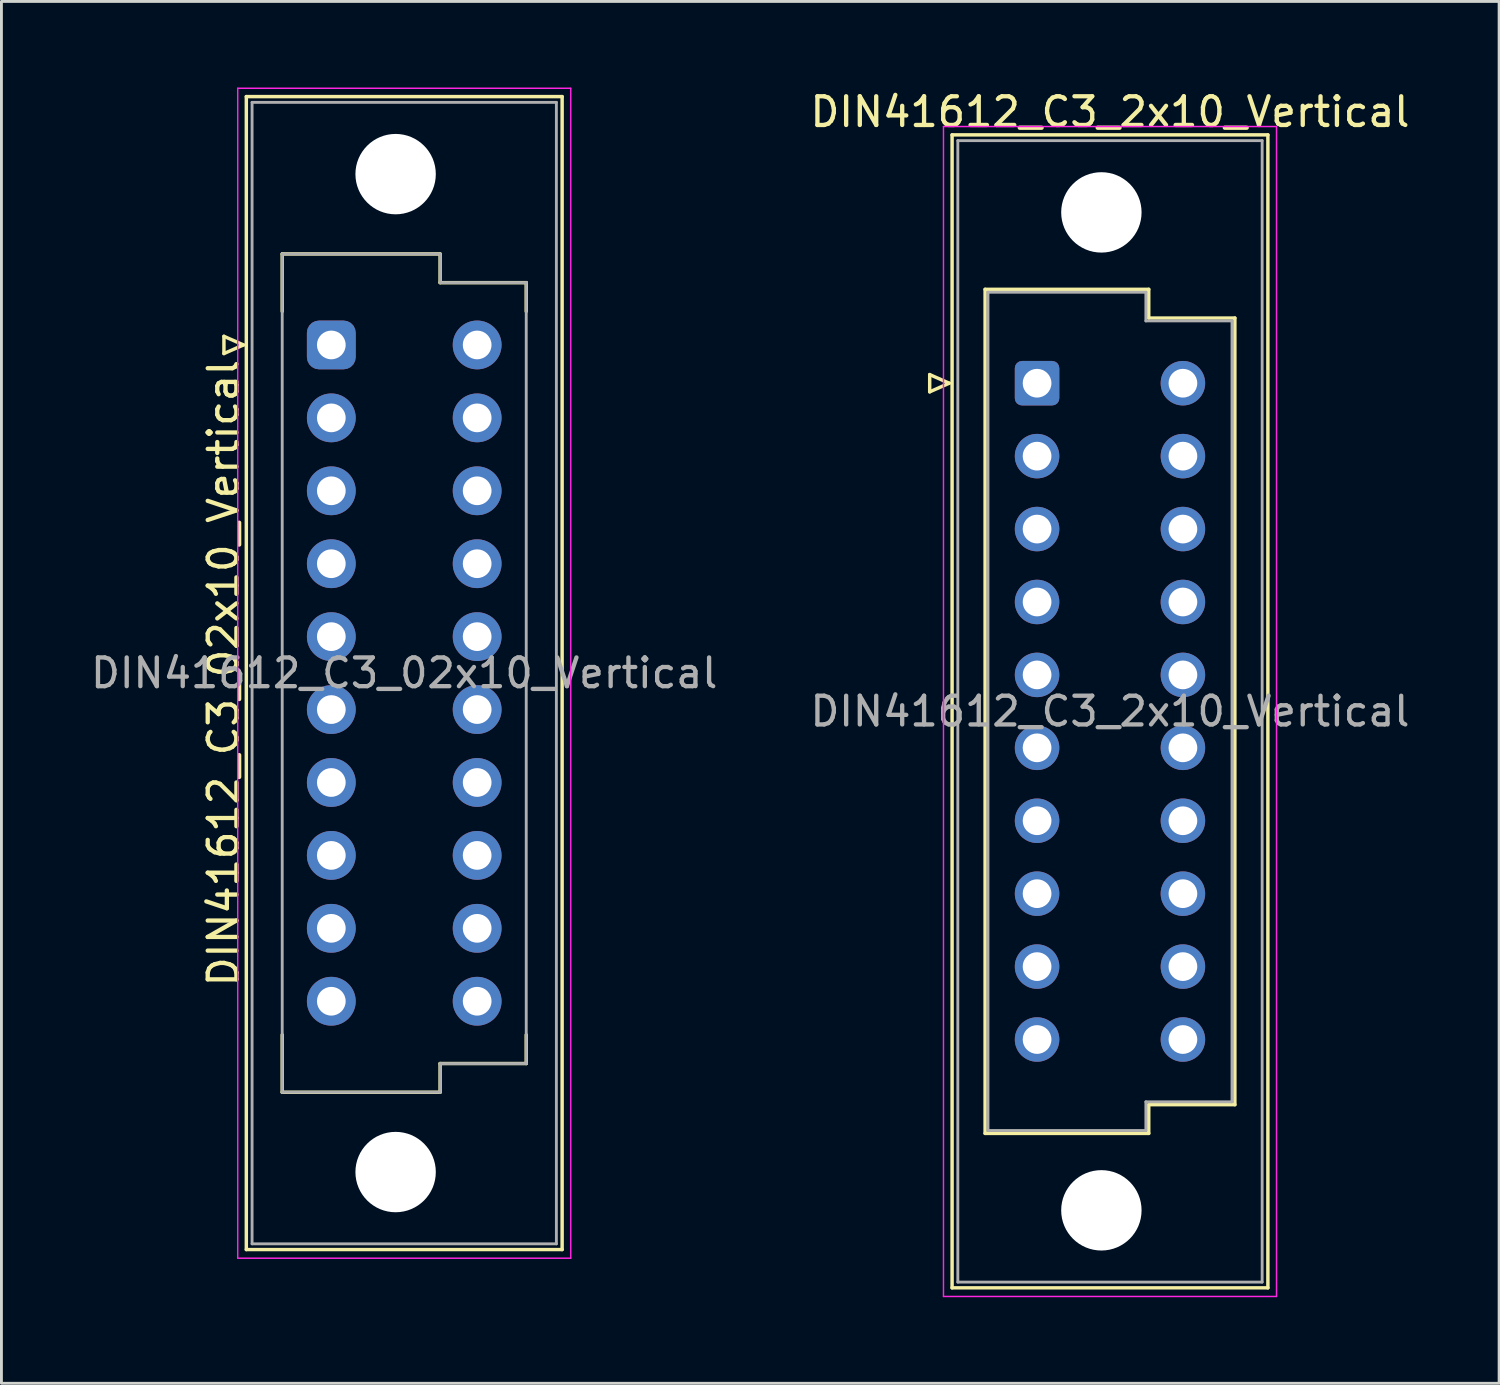
<source format=kicad_pcb>
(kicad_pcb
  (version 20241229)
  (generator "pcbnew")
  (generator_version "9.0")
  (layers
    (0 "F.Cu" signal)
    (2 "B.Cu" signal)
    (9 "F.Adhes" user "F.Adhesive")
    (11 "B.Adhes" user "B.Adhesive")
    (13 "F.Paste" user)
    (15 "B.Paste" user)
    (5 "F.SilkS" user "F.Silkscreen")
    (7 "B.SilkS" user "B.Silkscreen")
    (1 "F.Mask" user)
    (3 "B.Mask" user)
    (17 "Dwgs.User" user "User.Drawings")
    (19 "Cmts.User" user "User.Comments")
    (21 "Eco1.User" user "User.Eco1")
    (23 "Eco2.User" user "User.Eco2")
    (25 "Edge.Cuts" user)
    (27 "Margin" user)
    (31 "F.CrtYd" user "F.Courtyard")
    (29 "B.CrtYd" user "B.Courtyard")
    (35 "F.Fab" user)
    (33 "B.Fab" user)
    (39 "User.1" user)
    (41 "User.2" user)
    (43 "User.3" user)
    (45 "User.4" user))
  (footprint "DIN41612_C3_02x10_Vertical"
    (layer "F.Cu")
    (at 8.49 8.965)
    (property "Reference" "DIN41612_C3_02x10_Vertical" (at -3.76 11.43 90) (layer "F.SilkS") (effects (font (size 1 1) (thickness 0.15))))
    (attr through_hole)
    (fp_line (start -3.74 -0.3) (end -3.74 0.3) (stroke (width 0.12) (type solid)) (layer "F.SilkS"))
    (fp_line (start -3.74 0.3) (end -3.06 0) (stroke (width 0.12) (type solid)) (layer "F.SilkS"))
    (fp_line (start -3.06 0) (end -3.74 -0.3) (stroke (width 0.12) (type solid)) (layer "F.SilkS"))
    (fp_line (start -2.96 -8.65) (end 8.04 -8.65) (stroke (width 0.12) (type solid)) (layer "F.SilkS"))
    (fp_line (start -2.96 31.51) (end -2.96 -8.65) (stroke (width 0.12) (type solid)) (layer "F.SilkS"))
    (fp_line (start -1.71 -3.17) (end 3.79 -3.17) (stroke (width 0.12) (type solid)) (layer "F.SilkS"))
    (fp_line (start -1.71 -1.17) (end -1.71 -3.17) (stroke (width 0.12) (type solid)) (layer "F.SilkS"))
    (fp_line (start -1.71 24.03) (end -1.71 26.03) (stroke (width 0.12) (type solid)) (layer "F.SilkS"))
    (fp_line (start -1.71 26.03) (end 3.79 26.03) (stroke (width 0.12) (type solid)) (layer "F.SilkS"))
    (fp_line (start 3.79 -3.17) (end 3.79 -2.17) (stroke (width 0.12) (type solid)) (layer "F.SilkS"))
    (fp_line (start 3.79 -2.17) (end 6.79 -2.17) (stroke (width 0.12) (type solid)) (layer "F.SilkS"))
    (fp_line (start 3.79 25.03) (end 6.79 25.03) (stroke (width 0.12) (type solid)) (layer "F.SilkS"))
    (fp_line (start 3.79 26.03) (end 3.79 25.03) (stroke (width 0.12) (type solid)) (layer "F.SilkS"))
    (fp_line (start 6.79 -2.17) (end 6.79 -1.17) (stroke (width 0.12) (type solid)) (layer "F.SilkS"))
    (fp_line (start 6.79 25.03) (end 6.79 24.03) (stroke (width 0.12) (type solid)) (layer "F.SilkS"))
    (fp_line (start 8.04 -8.65) (end 8.04 31.51) (stroke (width 0.12) (type solid)) (layer "F.SilkS"))
    (fp_line (start 8.04 31.51) (end -2.96 31.51) (stroke (width 0.12) (type solid)) (layer "F.SilkS"))
    (fp_line (start -3.26 -8.94) (end 8.34 -8.94) (stroke (width 0.05) (type solid)) (layer "F.CrtYd"))
    (fp_line (start -3.26 31.81) (end -3.26 -8.94) (stroke (width 0.05) (type solid)) (layer "F.CrtYd"))
    (fp_line (start 8.34 -8.94) (end 8.34 31.81) (stroke (width 0.05) (type solid)) (layer "F.CrtYd"))
    (fp_line (start 8.34 31.81) (end -3.26 31.81) (stroke (width 0.05) (type solid)) (layer "F.CrtYd"))
    (fp_line (start -2.76 -8.45) (end 7.84 -8.45) (stroke (width 0.1) (type solid)) (layer "F.Fab"))
    (fp_line (start -2.76 31.31) (end -2.76 -8.45) (stroke (width 0.1) (type solid)) (layer "F.Fab"))
    (fp_line (start -1.71 -3.17) (end 3.79 -3.17) (stroke (width 0.1) (type solid)) (layer "F.Fab"))
    (fp_line (start -1.71 26.03) (end -1.71 -3.17) (stroke (width 0.1) (type solid)) (layer "F.Fab"))
    (fp_line (start 3.79 -3.17) (end 3.79 -2.17) (stroke (width 0.1) (type solid)) (layer "F.Fab"))
    (fp_line (start 3.79 -2.17) (end 6.79 -2.17) (stroke (width 0.1) (type solid)) (layer "F.Fab"))
    (fp_line (start 3.79 25.03) (end 3.79 26.03) (stroke (width 0.1) (type solid)) (layer "F.Fab"))
    (fp_line (start 3.79 26.03) (end -1.71 26.03) (stroke (width 0.1) (type solid)) (layer "F.Fab"))
    (fp_line (start 6.79 -2.17) (end 6.79 25.03) (stroke (width 0.1) (type solid)) (layer "F.Fab"))
    (fp_line (start 6.79 25.03) (end 3.79 25.03) (stroke (width 0.1) (type solid)) (layer "F.Fab"))
    (fp_line (start 7.84 -8.45) (end 7.84 31.31) (stroke (width 0.1) (type solid)) (layer "F.Fab"))
    (fp_line (start 7.84 31.31) (end -2.76 31.31) (stroke (width 0.1) (type solid)) (layer "F.Fab"))
    (fp_text user "${REFERENCE}" (at 2.54 11.43 0) (layer "F.Fab") (effects (font (size 1 1) (thickness 0.15))))
    (pad "" np_thru_hole circle (at 2.24 -5.95) (size 2.8 2.8) (drill 2.8) (layers "*.Cu" "*.Mask"))
    (pad "" np_thru_hole circle (at 2.24 28.81) (size 2.8 2.8) (drill 2.8) (layers "*.Cu" "*.Mask"))
    (pad "a1" thru_hole roundrect (at 0 0) (size 1.7 1.7) (drill 1) (layers "*.Cu" "*.Mask") (roundrect_rratio 0.25))
    (pad "a2" thru_hole circle (at 0 2.54) (size 1.7 1.7) (drill 1) (layers "*.Cu" "*.Mask"))
    (pad "a3" thru_hole circle (at 0 5.08) (size 1.7 1.7) (drill 1) (layers "*.Cu" "*.Mask"))
    (pad "a4" thru_hole circle (at 0 7.62) (size 1.7 1.7) (drill 1) (layers "*.Cu" "*.Mask"))
    (pad "a5" thru_hole circle (at 0 10.16) (size 1.7 1.7) (drill 1) (layers "*.Cu" "*.Mask"))
    (pad "a6" thru_hole circle (at 0 12.7) (size 1.7 1.7) (drill 1) (layers "*.Cu" "*.Mask"))
    (pad "a7" thru_hole circle (at 0 15.24) (size 1.7 1.7) (drill 1) (layers "*.Cu" "*.Mask"))
    (pad "a8" thru_hole circle (at 0 17.78) (size 1.7 1.7) (drill 1) (layers "*.Cu" "*.Mask"))
    (pad "a9" thru_hole circle (at 0 20.32) (size 1.7 1.7) (drill 1) (layers "*.Cu" "*.Mask"))
    (pad "a10" thru_hole circle (at 0 22.86) (size 1.7 1.7) (drill 1) (layers "*.Cu" "*.Mask"))
    (pad "c1" thru_hole circle (at 5.08 0) (size 1.7 1.7) (drill 1) (layers "*.Cu" "*.Mask"))
    (pad "c2" thru_hole circle (at 5.08 2.54) (size 1.7 1.7) (drill 1) (layers "*.Cu" "*.Mask"))
    (pad "c3" thru_hole circle (at 5.08 5.08) (size 1.7 1.7) (drill 1) (layers "*.Cu" "*.Mask"))
    (pad "c4" thru_hole circle (at 5.08 7.62) (size 1.7 1.7) (drill 1) (layers "*.Cu" "*.Mask"))
    (pad "c5" thru_hole circle (at 5.08 10.16) (size 1.7 1.7) (drill 1) (layers "*.Cu" "*.Mask"))
    (pad "c6" thru_hole circle (at 5.08 12.7) (size 1.7 1.7) (drill 1) (layers "*.Cu" "*.Mask"))
    (pad "c7" thru_hole circle (at 5.08 15.24) (size 1.7 1.7) (drill 1) (layers "*.Cu" "*.Mask"))
    (pad "c8" thru_hole circle (at 5.08 17.78) (size 1.7 1.7) (drill 1) (layers "*.Cu" "*.Mask"))
    (pad "c9" thru_hole circle (at 5.08 20.32) (size 1.7 1.7) (drill 1) (layers "*.Cu" "*.Mask"))
    (pad "c10" thru_hole circle (at 5.08 22.86) (size 1.7 1.7) (drill 1) (layers "*.Cu" "*.Mask")))
  (footprint "DIN41612_C3_2x10_Vertical"
    (layer "F.Cu")
    (at 33.073 10.298)
    (property "Reference" "DIN41612_C3_2x10_Vertical" (at 2.54 -9.45 0) (layer "F.SilkS") (effects (font (size 1 1) (thickness 0.15))))
    (attr through_hole)
    (fp_line (start -3.74 -0.3) (end -3.74 0.3) (stroke (width 0.12) (type solid)) (layer "F.SilkS"))
    (fp_line (start -3.74 0.3) (end -3.06 0) (stroke (width 0.12) (type solid)) (layer "F.SilkS"))
    (fp_line (start -3.06 0) (end -3.74 -0.3) (stroke (width 0.12) (type solid)) (layer "F.SilkS"))
    (fp_line (start -2.96 -8.65) (end 8.04 -8.65) (stroke (width 0.12) (type solid)) (layer "F.SilkS"))
    (fp_line (start -2.96 31.51) (end -2.96 -8.65) (stroke (width 0.12) (type solid)) (layer "F.SilkS"))
    (fp_line (start -1.81 -3.27) (end 3.89 -3.27) (stroke (width 0.12) (type solid)) (layer "F.SilkS"))
    (fp_line (start -1.81 26.13) (end -1.81 -3.27) (stroke (width 0.12) (type solid)) (layer "F.SilkS"))
    (fp_line (start 3.89 -3.27) (end 3.89 -2.27) (stroke (width 0.12) (type solid)) (layer "F.SilkS"))
    (fp_line (start 3.89 -2.27) (end 6.89 -2.27) (stroke (width 0.12) (type solid)) (layer "F.SilkS"))
    (fp_line (start 3.89 25.13) (end 3.89 26.13) (stroke (width 0.12) (type solid)) (layer "F.SilkS"))
    (fp_line (start 3.89 26.13) (end -1.81 26.13) (stroke (width 0.12) (type solid)) (layer "F.SilkS"))
    (fp_line (start 6.89 -2.27) (end 6.89 25.13) (stroke (width 0.12) (type solid)) (layer "F.SilkS"))
    (fp_line (start 6.89 25.13) (end 3.89 25.13) (stroke (width 0.12) (type solid)) (layer "F.SilkS"))
    (fp_line (start 8.04 -8.65) (end 8.04 31.51) (stroke (width 0.12) (type solid)) (layer "F.SilkS"))
    (fp_line (start 8.04 31.51) (end -2.96 31.51) (stroke (width 0.12) (type solid)) (layer "F.SilkS"))
    (fp_line (start -3.26 -8.94) (end 8.34 -8.94) (stroke (width 0.05) (type solid)) (layer "F.CrtYd"))
    (fp_line (start -3.26 31.81) (end -3.26 -8.94) (stroke (width 0.05) (type solid)) (layer "F.CrtYd"))
    (fp_line (start 8.34 -8.94) (end 8.34 31.81) (stroke (width 0.05) (type solid)) (layer "F.CrtYd"))
    (fp_line (start 8.34 31.81) (end -3.26 31.81) (stroke (width 0.05) (type solid)) (layer "F.CrtYd"))
    (fp_line (start -2.76 -8.45) (end 7.84 -8.45) (stroke (width 0.1) (type solid)) (layer "F.Fab"))
    (fp_line (start -2.76 31.31) (end -2.76 -8.45) (stroke (width 0.1) (type solid)) (layer "F.Fab"))
    (fp_line (start -1.71 -3.17) (end 3.79 -3.17) (stroke (width 0.1) (type solid)) (layer "F.Fab"))
    (fp_line (start -1.71 26.03) (end -1.71 -3.17) (stroke (width 0.1) (type solid)) (layer "F.Fab"))
    (fp_line (start 3.79 -3.17) (end 3.79 -2.17) (stroke (width 0.1) (type solid)) (layer "F.Fab"))
    (fp_line (start 3.79 -2.17) (end 6.79 -2.17) (stroke (width 0.1) (type solid)) (layer "F.Fab"))
    (fp_line (start 3.79 25.03) (end 3.79 26.03) (stroke (width 0.1) (type solid)) (layer "F.Fab"))
    (fp_line (start 3.79 26.03) (end -1.71 26.03) (stroke (width 0.1) (type solid)) (layer "F.Fab"))
    (fp_line (start 6.79 -2.17) (end 6.79 25.03) (stroke (width 0.1) (type solid)) (layer "F.Fab"))
    (fp_line (start 6.79 25.03) (end 3.79 25.03) (stroke (width 0.1) (type solid)) (layer "F.Fab"))
    (fp_line (start 7.84 -8.45) (end 7.84 31.31) (stroke (width 0.1) (type solid)) (layer "F.Fab"))
    (fp_line (start 7.84 31.31) (end -2.76 31.31) (stroke (width 0.1) (type solid)) (layer "F.Fab"))
    (fp_text user "${REFERENCE}" (at 2.54 11.43 0) (layer "F.Fab") (effects (font (size 1 1) (thickness 0.15))))
    (pad "" np_thru_hole circle (at 2.24 -5.95) (size 2.8 2.8) (drill 2.8) (layers "*.Cu" "*.Mask"))
    (pad "" np_thru_hole circle (at 2.24 28.81) (size 2.8 2.8) (drill 2.8) (layers "*.Cu" "*.Mask"))
    (pad "a1" thru_hole roundrect (at 0 0) (size 1.55 1.55) (drill 1) (layers "*.Cu" "*.Mask") (roundrect_rratio 0.161))
    (pad "a2" thru_hole circle (at 0 2.54) (size 1.55 1.55) (drill 1) (layers "*.Cu" "*.Mask"))
    (pad "a3" thru_hole circle (at 0 5.08) (size 1.55 1.55) (drill 1) (layers "*.Cu" "*.Mask"))
    (pad "a4" thru_hole circle (at 0 7.62) (size 1.55 1.55) (drill 1) (layers "*.Cu" "*.Mask"))
    (pad "a5" thru_hole circle (at 0 10.16) (size 1.55 1.55) (drill 1) (layers "*.Cu" "*.Mask"))
    (pad "a6" thru_hole circle (at 0 12.7) (size 1.55 1.55) (drill 1) (layers "*.Cu" "*.Mask"))
    (pad "a7" thru_hole circle (at 0 15.24) (size 1.55 1.55) (drill 1) (layers "*.Cu" "*.Mask"))
    (pad "a8" thru_hole circle (at 0 17.78) (size 1.55 1.55) (drill 1) (layers "*.Cu" "*.Mask"))
    (pad "a9" thru_hole circle (at 0 20.32) (size 1.55 1.55) (drill 1) (layers "*.Cu" "*.Mask"))
    (pad "a10" thru_hole circle (at 0 22.86) (size 1.55 1.55) (drill 1) (layers "*.Cu" "*.Mask"))
    (pad "c1" thru_hole circle (at 5.08 0) (size 1.55 1.55) (drill 1) (layers "*.Cu" "*.Mask"))
    (pad "c2" thru_hole circle (at 5.08 2.54) (size 1.55 1.55) (drill 1) (layers "*.Cu" "*.Mask"))
    (pad "c3" thru_hole circle (at 5.08 5.08) (size 1.55 1.55) (drill 1) (layers "*.Cu" "*.Mask"))
    (pad "c4" thru_hole circle (at 5.08 7.62) (size 1.55 1.55) (drill 1) (layers "*.Cu" "*.Mask"))
    (pad "c5" thru_hole circle (at 5.08 10.16) (size 1.55 1.55) (drill 1) (layers "*.Cu" "*.Mask"))
    (pad "c6" thru_hole circle (at 5.08 12.7) (size 1.55 1.55) (drill 1) (layers "*.Cu" "*.Mask"))
    (pad "c7" thru_hole circle (at 5.08 15.24) (size 1.55 1.55) (drill 1) (layers "*.Cu" "*.Mask"))
    (pad "c8" thru_hole circle (at 5.08 17.78) (size 1.55 1.55) (drill 1) (layers "*.Cu" "*.Mask"))
    (pad "c9" thru_hole circle (at 5.08 20.32) (size 1.55 1.55) (drill 1) (layers "*.Cu" "*.Mask"))
    (pad "c10" thru_hole circle (at 5.08 22.86) (size 1.55 1.55) (drill 1) (layers "*.Cu" "*.Mask")))
  (gr_rect
    (start -3 -3)
    (end 49.167 45.133)
    (stroke (width 0.1) (type default))
    (fill no)
    (layer "Edge.Cuts")))
</source>
